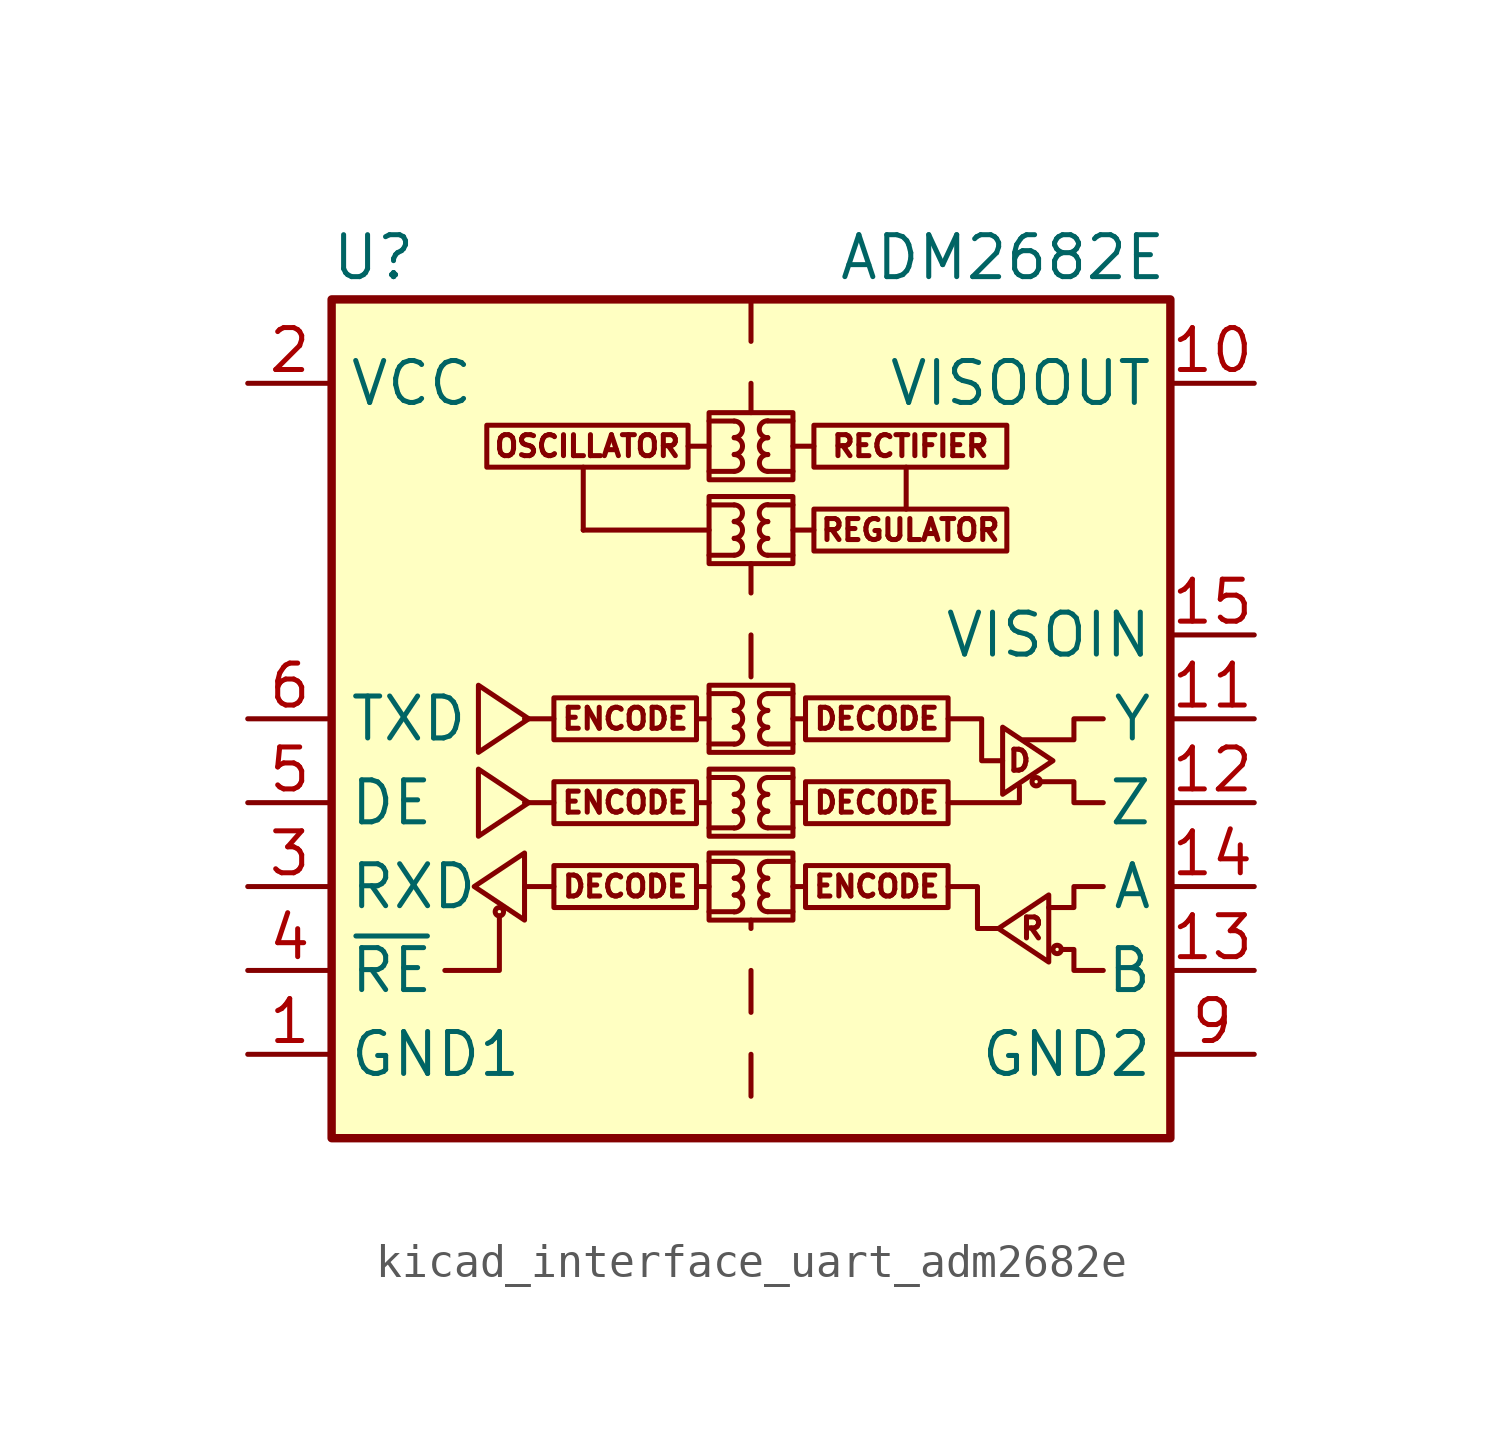
<source format=kicad_sym>
(kicad_symbol_lib
  (version 20220914)
  (generator kicad_symbol_editor)
  (symbol "kicad_interface_uart_adm2682e"
    (property "Reference" "U"
      (at -11.43 13.97 0)
      (effects (font (size 1.27 1.27))))
    (property "Value" "ADM2682E"
      (at 7.62 13.97 0)
      (effects (font (size 1.27 1.27))))
    (symbol "kicad_interface_uart_adm2682e_0_0"
      (text "D" (at 8.128 -1.27 0) (effects (font (size 0.635 0.635))))
      (text "R" (at 8.509 -6.35 0) (effects (font (size 0.635 0.635)))))
    (symbol "kicad_interface_uart_adm2682e_0_1"
      (circle (center -7.62 -5.842) (radius 0.127) (stroke (width 0) (type default)) (fill (type none)))
      (polyline (pts (xy -9.271 -7.62) (xy -7.62 -7.62) (xy -7.62 -5.969)) (stroke (width 0) (type default)) (fill (type none)))
      (polyline (pts (xy 5.969 -2.54) (xy 8.128 -2.54) (xy 8.128 -2.032)) (stroke (width 0) (type default)) (fill (type none)))
      (polyline (pts (xy 7.493 -6.35) (xy 6.858 -6.35) (xy 6.858 -5.08) (xy 5.969 -5.08)) (stroke (width 0) (type default)) (fill (type none)))
      (polyline (pts (xy 7.62 -1.27) (xy 6.985 -1.27) (xy 6.985 0) (xy 5.969 0)) (stroke (width 0) (type default)) (fill (type none)))
      (polyline (pts (xy 9.017 -5.715) (xy 9.779 -5.715) (xy 9.779 -5.08) (xy 10.668 -5.08)) (stroke (width 0) (type default)) (fill (type none)))
      (polyline (pts (xy 9.398 -6.985) (xy 9.779 -6.985) (xy 9.779 -7.62) (xy 10.668 -7.62)) (stroke (width 0) (type default)) (fill (type none)))
      (polyline (pts (xy 10.668 -2.54) (xy 9.779 -2.54) (xy 9.779 -1.905) (xy 8.763 -1.905)) (stroke (width 0) (type default)) (fill (type none)))
      (polyline (pts (xy 10.668 0) (xy 9.779 0) (xy 9.779 -0.635) (xy 8.255 -0.635)) (stroke (width 0) (type default)) (fill (type none))))
    (symbol "kicad_interface_uart_adm2682e_1_0"
      (rectangle (start -1.27 -4.064) (end 1.27 -6.096) (stroke (width 0) (type default)) (fill (type none)))
      (rectangle (start -1.27 -1.524) (end 1.27 -3.556) (stroke (width 0) (type default)) (fill (type none)))
      (rectangle (start -1.27 1.016) (end 1.27 -1.016) (stroke (width 0) (type default)) (fill (type none)))
      (rectangle (start -1.27 6.731) (end 1.27 4.699) (stroke (width 0) (type default)) (fill (type none)))
      (rectangle (start -1.27 9.271) (end 1.27 7.239) (stroke (width 0) (type default)) (fill (type none)))
      (arc (start -0.508 -5.842) (mid -0.2551 -5.588) (end -0.508 -5.334) (stroke (width 0) (type default)) (fill (type none)))
      (arc (start -0.508 -5.334) (mid -0.2551 -5.08) (end -0.508 -4.826) (stroke (width 0) (type default)) (fill (type none)))
      (arc (start -0.508 -4.826) (mid -0.2551 -4.572) (end -0.508 -4.318) (stroke (width 0) (type default)) (fill (type none)))
      (arc (start -0.508 -3.302) (mid -0.2551 -3.048) (end -0.508 -2.794) (stroke (width 0) (type default)) (fill (type none)))
      (arc (start -0.508 -2.794) (mid -0.2551 -2.54) (end -0.508 -2.286) (stroke (width 0) (type default)) (fill (type none)))
      (arc (start -0.508 -2.286) (mid -0.2551 -2.032) (end -0.508 -1.778) (stroke (width 0) (type default)) (fill (type none)))
      (arc (start -0.508 -0.762) (mid -0.2551 -0.508) (end -0.508 -0.254) (stroke (width 0) (type default)) (fill (type none)))
      (arc (start -0.508 -0.254) (mid -0.2551 0) (end -0.508 0.254) (stroke (width 0) (type default)) (fill (type none)))
      (arc (start -0.508 0.254) (mid -0.2551 0.508) (end -0.508 0.762) (stroke (width 0) (type default)) (fill (type none)))
      (arc (start -0.508 4.953) (mid -0.2551 5.207) (end -0.508 5.461) (stroke (width 0) (type default)) (fill (type none)))
      (arc (start -0.508 5.461) (mid -0.2551 5.715) (end -0.508 5.969) (stroke (width 0) (type default)) (fill (type none)))
      (arc (start -0.508 5.969) (mid -0.2551 6.223) (end -0.508 6.477) (stroke (width 0) (type default)) (fill (type none)))
      (arc (start -0.508 7.493) (mid -0.2551 7.747) (end -0.508 8.001) (stroke (width 0) (type default)) (fill (type none)))
      (arc (start -0.508 8.001) (mid -0.2551 8.255) (end -0.508 8.509) (stroke (width 0) (type default)) (fill (type none)))
      (arc (start -0.508 8.509) (mid -0.2551 8.763) (end -0.508 9.017) (stroke (width 0) (type default)) (fill (type none)))
      (polyline (pts (xy -5.969 -5.08) (xy -6.858 -5.08)) (stroke (width 0) (type default)) (fill (type none)))
      (polyline (pts (xy -5.969 -2.54) (xy -6.858 -2.54)) (stroke (width 0) (type default)) (fill (type none)))
      (polyline (pts (xy -5.969 0) (xy -6.858 0)) (stroke (width 0) (type default)) (fill (type none)))
      (polyline (pts (xy -5.08 5.715) (xy -5.08 7.62)) (stroke (width 0) (type default)) (fill (type none)))
      (polyline (pts (xy -5.08 5.715) (xy -1.27 5.715)) (stroke (width 0) (type default)) (fill (type none)))
      (polyline (pts (xy -1.905 8.255) (xy -1.27 8.255)) (stroke (width 0) (type default)) (fill (type none)))
      (polyline (pts (xy -1.651 -5.08) (xy -1.27 -5.08)) (stroke (width 0) (type default)) (fill (type none)))
      (polyline (pts (xy -1.651 -2.54) (xy -1.27 -2.54)) (stroke (width 0) (type default)) (fill (type none)))
      (polyline (pts (xy -1.651 0) (xy -1.27 0)) (stroke (width 0) (type default)) (fill (type none)))
      (polyline (pts (xy -1.27 -5.842) (xy -0.508 -5.842)) (stroke (width 0) (type default)) (fill (type none)))
      (polyline (pts (xy -1.27 -4.318) (xy -0.508 -4.318)) (stroke (width 0) (type default)) (fill (type none)))
      (polyline (pts (xy -1.27 -3.302) (xy -0.508 -3.302)) (stroke (width 0) (type default)) (fill (type none)))
      (polyline (pts (xy -1.27 -1.778) (xy -0.508 -1.778)) (stroke (width 0) (type default)) (fill (type none)))
      (polyline (pts (xy -1.27 -0.762) (xy -0.508 -0.762)) (stroke (width 0) (type default)) (fill (type none)))
      (polyline (pts (xy -1.27 0.762) (xy -0.508 0.762)) (stroke (width 0) (type default)) (fill (type none)))
      (polyline (pts (xy -1.27 4.953) (xy -0.508 4.953)) (stroke (width 0) (type default)) (fill (type none)))
      (polyline (pts (xy -1.27 6.477) (xy -0.508 6.477)) (stroke (width 0) (type default)) (fill (type none)))
      (polyline (pts (xy -1.27 7.493) (xy -0.508 7.493)) (stroke (width 0) (type default)) (fill (type none)))
      (polyline (pts (xy -1.27 9.017) (xy -0.508 9.017)) (stroke (width 0) (type default)) (fill (type none)))
      (polyline (pts (xy 0 -11.43) (xy 0 -10.16)) (stroke (width 0) (type default)) (fill (type none)))
      (polyline (pts (xy 0 -8.89) (xy 0 -7.62)) (stroke (width 0) (type default)) (fill (type none)))
      (polyline (pts (xy 0 -6.35) (xy 0 -6.096)) (stroke (width 0) (type default)) (fill (type none)))
      (polyline (pts (xy 0 1.27) (xy 0 2.54)) (stroke (width 0) (type default)) (fill (type none)))
      (polyline (pts (xy 0 3.81) (xy 0 4.699)) (stroke (width 0) (type default)) (fill (type none)))
      (polyline (pts (xy 0 9.271) (xy 0 10.16)) (stroke (width 0) (type default)) (fill (type none)))
      (polyline (pts (xy 0 12.7) (xy 0 11.43)) (stroke (width 0) (type default)) (fill (type none)))
      (polyline (pts (xy 1.27 -5.842) (xy 0.508 -5.842)) (stroke (width 0) (type default)) (fill (type none)))
      (polyline (pts (xy 1.27 -4.318) (xy 0.508 -4.318)) (stroke (width 0) (type default)) (fill (type none)))
      (polyline (pts (xy 1.27 -3.302) (xy 0.508 -3.302)) (stroke (width 0) (type default)) (fill (type none)))
      (polyline (pts (xy 1.27 -1.778) (xy 0.508 -1.778)) (stroke (width 0) (type default)) (fill (type none)))
      (polyline (pts (xy 1.27 -0.762) (xy 0.508 -0.762)) (stroke (width 0) (type default)) (fill (type none)))
      (polyline (pts (xy 1.27 0.762) (xy 0.508 0.762)) (stroke (width 0) (type default)) (fill (type none)))
      (polyline (pts (xy 1.27 4.953) (xy 0.508 4.953)) (stroke (width 0) (type default)) (fill (type none)))
      (polyline (pts (xy 1.27 6.477) (xy 0.508 6.477)) (stroke (width 0) (type default)) (fill (type none)))
      (polyline (pts (xy 1.27 7.493) (xy 0.508 7.493)) (stroke (width 0) (type default)) (fill (type none)))
      (polyline (pts (xy 1.27 9.017) (xy 0.508 9.017)) (stroke (width 0) (type default)) (fill (type none)))
      (polyline (pts (xy 1.651 -5.08) (xy 1.27 -5.08)) (stroke (width 0) (type default)) (fill (type none)))
      (polyline (pts (xy 1.651 -2.54) (xy 1.27 -2.54)) (stroke (width 0) (type default)) (fill (type none)))
      (polyline (pts (xy 1.651 0) (xy 1.27 0)) (stroke (width 0) (type default)) (fill (type none)))
      (polyline (pts (xy 1.905 5.715) (xy 1.27 5.715)) (stroke (width 0) (type default)) (fill (type none)))
      (polyline (pts (xy 1.905 8.255) (xy 1.27 8.255)) (stroke (width 0) (type default)) (fill (type none)))
      (polyline (pts (xy 4.699 6.35) (xy 4.699 7.62)) (stroke (width 0) (type default)) (fill (type none)))
      (arc (start 0.508 -5.334) (mid 0.2551 -5.588) (end 0.508 -5.842) (stroke (width 0) (type default)) (fill (type none)))
      (arc (start 0.508 -4.826) (mid 0.2551 -5.08) (end 0.508 -5.334) (stroke (width 0) (type default)) (fill (type none)))
      (arc (start 0.508 -4.318) (mid 0.2551 -4.572) (end 0.508 -4.826) (stroke (width 0) (type default)) (fill (type none)))
      (arc (start 0.508 -2.794) (mid 0.2551 -3.048) (end 0.508 -3.302) (stroke (width 0) (type default)) (fill (type none)))
      (arc (start 0.508 -2.286) (mid 0.2551 -2.54) (end 0.508 -2.794) (stroke (width 0) (type default)) (fill (type none)))
      (arc (start 0.508 -1.778) (mid 0.2551 -2.032) (end 0.508 -2.286) (stroke (width 0) (type default)) (fill (type none)))
      (arc (start 0.508 -0.254) (mid 0.2551 -0.508) (end 0.508 -0.762) (stroke (width 0) (type default)) (fill (type none)))
      (arc (start 0.508 0.254) (mid 0.2551 0) (end 0.508 -0.254) (stroke (width 0) (type default)) (fill (type none)))
      (arc (start 0.508 0.762) (mid 0.2551 0.508) (end 0.508 0.254) (stroke (width 0) (type default)) (fill (type none)))
      (arc (start 0.508 5.461) (mid 0.2551 5.207) (end 0.508 4.953) (stroke (width 0) (type default)) (fill (type none)))
      (arc (start 0.508 5.969) (mid 0.2551 5.715) (end 0.508 5.461) (stroke (width 0) (type default)) (fill (type none)))
      (arc (start 0.508 6.477) (mid 0.2551 6.223) (end 0.508 5.969) (stroke (width 0) (type default)) (fill (type none)))
      (arc (start 0.508 8.001) (mid 0.2551 7.747) (end 0.508 7.493) (stroke (width 0) (type default)) (fill (type none)))
      (arc (start 0.508 8.509) (mid 0.2551 8.255) (end 0.508 8.001) (stroke (width 0) (type default)) (fill (type none)))
      (arc (start 0.508 9.017) (mid 0.2551 8.763) (end 0.508 8.509) (stroke (width 0) (type default)) (fill (type none)))
      (rectangle (start 1.651 -4.445) (end 5.969 -5.715) (stroke (width 0) (type default)) (fill (type none)))
      (rectangle (start 1.651 -1.905) (end 5.969 -3.175) (stroke (width 0) (type default)) (fill (type none)))
      (rectangle (start 1.651 0.635) (end 5.969 -0.635) (stroke (width 0) (type default)) (fill (type none)))
      (rectangle (start 1.905 6.35) (end 7.747 5.08) (stroke (width 0) (type default)) (fill (type none)))
      (rectangle (start 1.905 8.89) (end 7.747 7.62) (stroke (width 0) (type default)) (fill (type none)))
      (text "DECODE" (at -3.81 -5.08 0) (effects (font (size 0.635 0.635))))
      (text "DECODE" (at 3.81 -2.54 0) (effects (font (size 0.635 0.635))))
      (text "DECODE" (at 3.81 0 0) (effects (font (size 0.635 0.635))))
      (text "ENCODE" (at -3.81 -2.54 0) (effects (font (size 0.635 0.635))))
      (text "ENCODE" (at -3.81 0 0) (effects (font (size 0.635 0.635))))
      (text "ENCODE" (at 3.81 -5.08 0) (effects (font (size 0.635 0.635))))
      (text "OSCILLATOR" (at -4.953 8.255 0) (effects (font (size 0.635 0.635))))
      (text "RECTIFIER" (at 4.826 8.255 0) (effects (font (size 0.635 0.635))))
      (text "REGULATOR" (at 4.826 5.715 0) (effects (font (size 0.635 0.635)))))
    (symbol "kicad_interface_uart_adm2682e_1_1"
      (rectangle (start -12.7 12.7) (end 12.7 -12.7) (stroke (width 0.254) (type default)) (fill (type background)))
      (rectangle (start -1.905 8.89) (end -8.001 7.62) (stroke (width 0) (type default)) (fill (type none)))
      (rectangle (start -1.651 -4.445) (end -5.969 -5.715) (stroke (width 0) (type default)) (fill (type none)))
      (rectangle (start -1.651 -1.905) (end -5.969 -3.175) (stroke (width 0) (type default)) (fill (type none)))
      (rectangle (start -1.651 0.635) (end -5.969 -0.635) (stroke (width 0) (type default)) (fill (type none)))
      (polyline (pts (xy -8.382 -5.08) (xy -6.858 -4.064) (xy -6.858 -6.096) (xy -8.382 -5.08)) (stroke (width 0) (type default)) (fill (type none)))
      (polyline (pts (xy -6.731 -2.54) (xy -8.255 -1.524) (xy -8.255 -3.556) (xy -6.731 -2.54)) (stroke (width 0) (type default)) (fill (type none)))
      (polyline (pts (xy -6.731 0) (xy -8.255 1.016) (xy -8.255 -1.016) (xy -6.731 0)) (stroke (width 0) (type default)) (fill (type none)))
      (polyline (pts (xy 7.493 -6.35) (xy 9.017 -5.334) (xy 9.017 -7.366) (xy 7.493 -6.35)) (stroke (width 0) (type default)) (fill (type none)))
      (polyline (pts (xy 9.144 -1.27) (xy 7.62 -0.254) (xy 7.62 -2.286) (xy 9.144 -1.27)) (stroke (width 0) (type default)) (fill (type none)))
      (circle (center 8.636 -1.905) (radius 0.127) (stroke (width 0) (type default)) (fill (type none)))
      (circle (center 9.271 -6.985) (radius 0.127) (stroke (width 0) (type default)) (fill (type none)))
      (pin power_in line (at -15.24 -10.16 0) (length 2.54) (name "GND1" (effects (font (size 1.27 1.27)))) (number "1" (effects (font (size 1.27 1.27)))))
      (pin power_in line (at 15.24 10.16 180) (length 2.54) (name "VISOOUT" (effects (font (size 1.27 1.27)))) (number "10" (effects (font (size 1.27 1.27)))))
      (pin output line (at 15.24 0 180) (length 2.54) (name "Y" (effects (font (size 1.27 1.27)))) (number "11" (effects (font (size 1.27 1.27)))))
      (pin output line (at 15.24 -2.54 180) (length 2.54) (name "Z" (effects (font (size 1.27 1.27)))) (number "12" (effects (font (size 1.27 1.27)))))
      (pin input line (at 15.24 -7.62 180) (length 2.54) (name "B" (effects (font (size 1.27 1.27)))) (number "13" (effects (font (size 1.27 1.27)))))
      (pin input line (at 15.24 -5.08 180) (length 2.54) (name "A" (effects (font (size 1.27 1.27)))) (number "14" (effects (font (size 1.27 1.27)))))
      (pin power_in line (at 15.24 2.54 180) (length 2.54) (name "VISOIN" (effects (font (size 1.27 1.27)))) (number "15" (effects (font (size 1.27 1.27)))))
      (pin passive line (at 15.24 -10.16 180) (length 2.54) hide (name "GND2" (effects (font (size 1.27 1.27)))) (number "16" (effects (font (size 1.27 1.27)))))
      (pin power_in line (at -15.24 10.16 0) (length 2.54) (name "VCC" (effects (font (size 1.27 1.27)))) (number "2" (effects (font (size 1.27 1.27)))))
      (pin output line (at -15.24 -5.08 0) (length 2.54) (name "RXD" (effects (font (size 1.27 1.27)))) (number "3" (effects (font (size 1.27 1.27)))))
      (pin input line (at -15.24 -7.62 0) (length 2.54) (name "~{RE}" (effects (font (size 1.27 1.27)))) (number "4" (effects (font (size 1.27 1.27)))))
      (pin input line (at -15.24 -2.54 0) (length 2.54) (name "DE" (effects (font (size 1.27 1.27)))) (number "5" (effects (font (size 1.27 1.27)))))
      (pin input line (at -15.24 0 0) (length 2.54) (name "TXD" (effects (font (size 1.27 1.27)))) (number "6" (effects (font (size 1.27 1.27)))))
      (pin passive line (at -15.24 10.16 0) (length 2.54) hide (name "VCC" (effects (font (size 1.27 1.27)))) (number "7" (effects (font (size 1.27 1.27)))))
      (pin passive line (at -15.24 -10.16 0) (length 2.54) hide (name "GND1" (effects (font (size 1.27 1.27)))) (number "8" (effects (font (size 1.27 1.27)))))
      (pin power_in line (at 15.24 -10.16 180) (length 2.54) (name "GND2" (effects (font (size 1.27 1.27)))) (number "9" (effects (font (size 1.27 1.27))))))))
</source>
